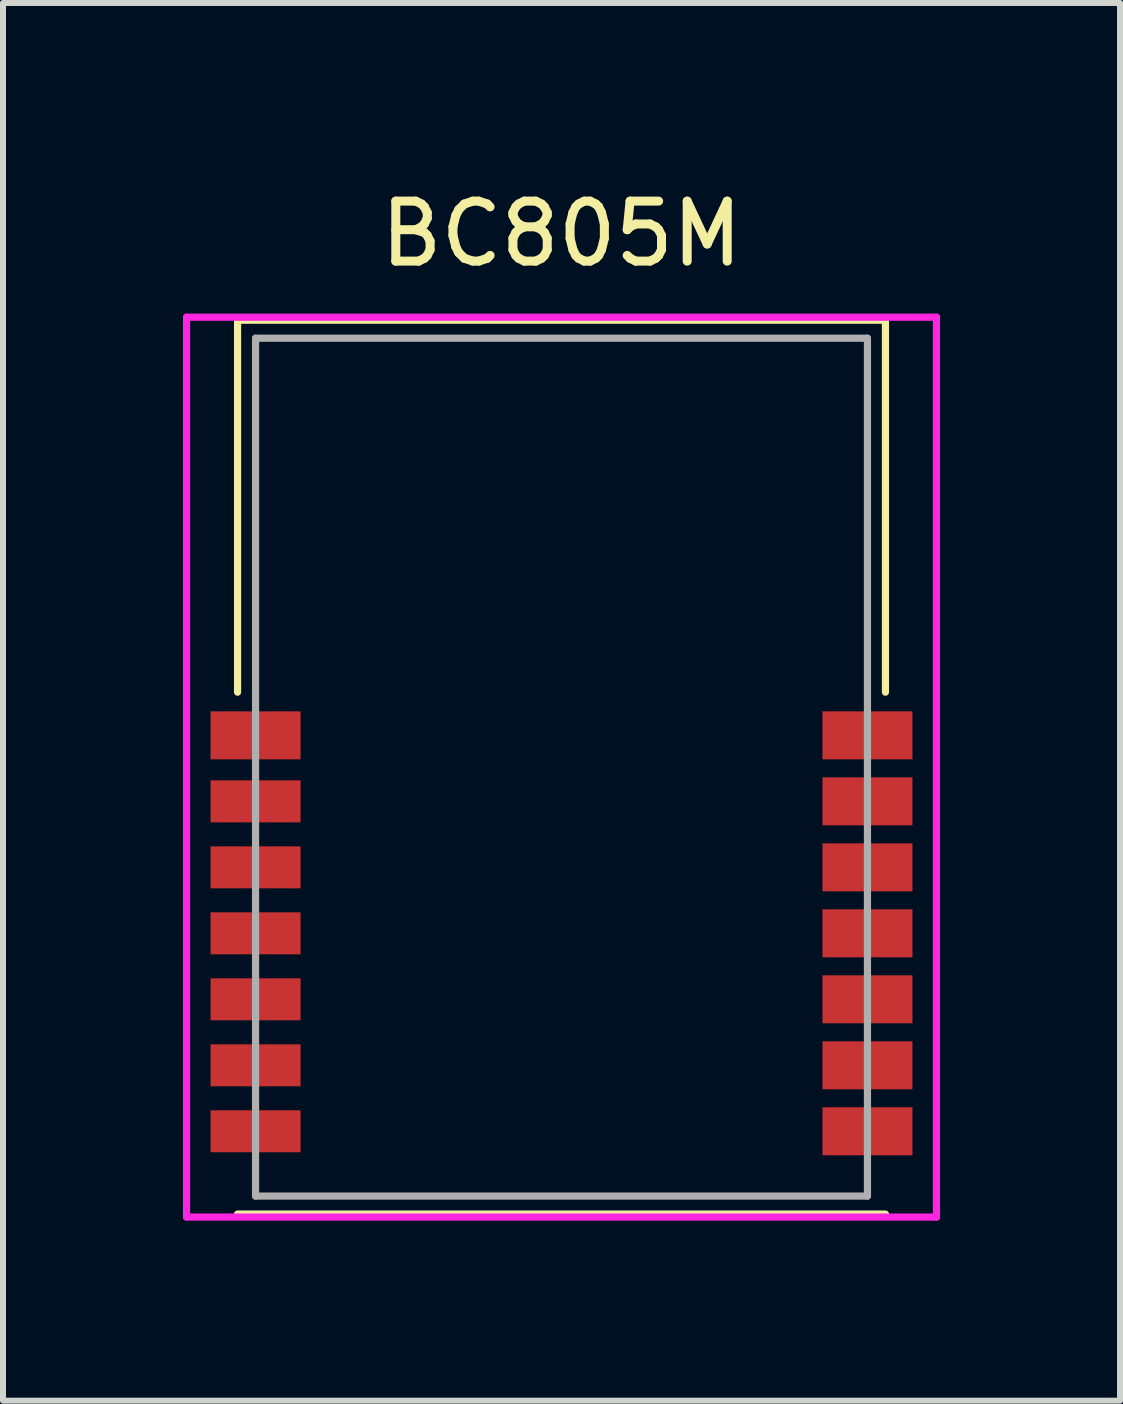
<source format=kicad_pcb>
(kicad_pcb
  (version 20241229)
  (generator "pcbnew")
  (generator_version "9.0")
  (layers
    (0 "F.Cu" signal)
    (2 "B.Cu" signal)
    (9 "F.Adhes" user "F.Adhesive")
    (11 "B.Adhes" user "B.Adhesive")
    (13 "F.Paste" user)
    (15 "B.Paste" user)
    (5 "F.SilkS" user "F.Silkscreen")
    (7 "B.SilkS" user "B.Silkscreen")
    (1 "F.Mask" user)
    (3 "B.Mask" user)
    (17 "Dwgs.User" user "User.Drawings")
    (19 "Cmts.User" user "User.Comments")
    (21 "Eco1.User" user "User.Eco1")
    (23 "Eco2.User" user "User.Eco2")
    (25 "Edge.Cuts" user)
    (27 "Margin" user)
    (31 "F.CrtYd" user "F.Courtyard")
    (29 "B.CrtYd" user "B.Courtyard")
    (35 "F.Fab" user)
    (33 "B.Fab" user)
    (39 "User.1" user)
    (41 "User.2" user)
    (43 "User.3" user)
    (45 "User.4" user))
  (footprint "BC805M"
    (layer "F.Cu")
    (at 6.31 9.738)
    (property "Reference" "BC805M" (at 0 -8.89 0) (layer "F.SilkS") (effects (font (size 1 1) (thickness 0.15))))
    (attr through_hole)
    (fp_line (start -5.4 -7.45) (end 5.4 -7.45) (stroke (width 0.12) (type solid)) (layer "F.SilkS"))
    (fp_line (start -5.4 -1.25) (end -5.4 -7.45) (stroke (width 0.12) (type solid)) (layer "F.SilkS"))
    (fp_line (start 5.4 -7.45) (end 5.4 -1.25) (stroke (width 0.12) (type solid)) (layer "F.SilkS"))
    (fp_line (start 5.4 7.45) (end -5.4 7.45) (stroke (width 0.12) (type solid)) (layer "F.SilkS"))
    (fp_line (start -6.25 -7.5) (end -6.25 7.5) (stroke (width 0.12) (type solid)) (layer "F.CrtYd"))
    (fp_line (start -6.25 7.5) (end 6.25 7.5) (stroke (width 0.12) (type solid)) (layer "F.CrtYd"))
    (fp_line (start 6.25 -7.5) (end -6.25 -7.5) (stroke (width 0.12) (type solid)) (layer "F.CrtYd"))
    (fp_line (start 6.25 7.5) (end 6.25 -7.5) (stroke (width 0.12) (type solid)) (layer "F.CrtYd"))
    (fp_line (start -5.1 -7.15) (end 5.1 -7.15) (stroke (width 0.12) (type solid)) (layer "F.Fab"))
    (fp_line (start -5.1 7.15) (end -5.1 -7.15) (stroke (width 0.12) (type solid)) (layer "F.Fab"))
    (fp_line (start 5.1 -7.15) (end 5.1 7.15) (stroke (width 0.12) (type solid)) (layer "F.Fab"))
    (fp_line (start 5.1 7.15) (end -5.1 7.15) (stroke (width 0.12) (type solid)) (layer "F.Fab"))
    (pad "1" smd rect (at -4.725 -0.53) (size 1.5 0.8) (drill (offset -0.375 0)) (layers "F.Cu" "F.Mask" "F.Paste"))
    (pad "2" smd rect (at -4.725 0.57) (size 1.5 0.7) (drill (offset -0.375 0)) (layers "F.Cu" "F.Mask" "F.Paste"))
    (pad "3" smd rect (at -4.725 1.67) (size 1.5 0.7) (drill (offset -0.375 0)) (layers "F.Cu" "F.Mask" "F.Paste"))
    (pad "4" smd rect (at -4.725 2.77) (size 1.5 0.7) (drill (offset -0.375 0)) (layers "F.Cu" "F.Mask" "F.Paste"))
    (pad "5" smd rect (at -4.725 3.87) (size 1.5 0.7) (drill (offset -0.375 0)) (layers "F.Cu" "F.Mask" "F.Paste"))
    (pad "6" smd rect (at -4.725 4.97) (size 1.5 0.7) (drill (offset -0.375 0)) (layers "F.Cu" "F.Mask" "F.Paste"))
    (pad "7" smd rect (at -4.725 6.07) (size 1.5 0.7) (drill (offset -0.375 0)) (layers "F.Cu" "F.Mask" "F.Paste"))
    (pad "8" smd rect (at 4.725 6.07) (size 1.5 0.8) (drill (offset 0.375 0)) (layers "F.Cu" "F.Mask" "F.Paste"))
    (pad "9" smd rect (at 4.725 4.97) (size 1.5 0.8) (drill (offset 0.375 0)) (layers "F.Cu" "F.Mask" "F.Paste"))
    (pad "10" smd rect (at 4.725 3.87) (size 1.5 0.8) (drill (offset 0.375 0)) (layers "F.Cu" "F.Mask" "F.Paste"))
    (pad "11" smd rect (at 4.725 2.77) (size 1.5 0.8) (drill (offset 0.375 0)) (layers "F.Cu" "F.Mask" "F.Paste"))
    (pad "12" smd rect (at 4.725 1.67) (size 1.5 0.8) (drill (offset 0.375 0)) (layers "F.Cu" "F.Mask" "F.Paste"))
    (pad "13" smd rect (at 4.725 0.57) (size 1.5 0.8) (drill (offset 0.375 0)) (layers "F.Cu" "F.Mask" "F.Paste"))
    (pad "14" smd rect (at 4.725 -0.53) (size 1.5 0.8) (drill (offset 0.375 0)) (layers "F.Cu" "F.Mask" "F.Paste")))
  (gr_rect
    (start -3 -3)
    (end 15.62 20.298)
    (stroke (width 0.1) (type default))
    (fill no)
    (layer "Edge.Cuts")))
</source>
